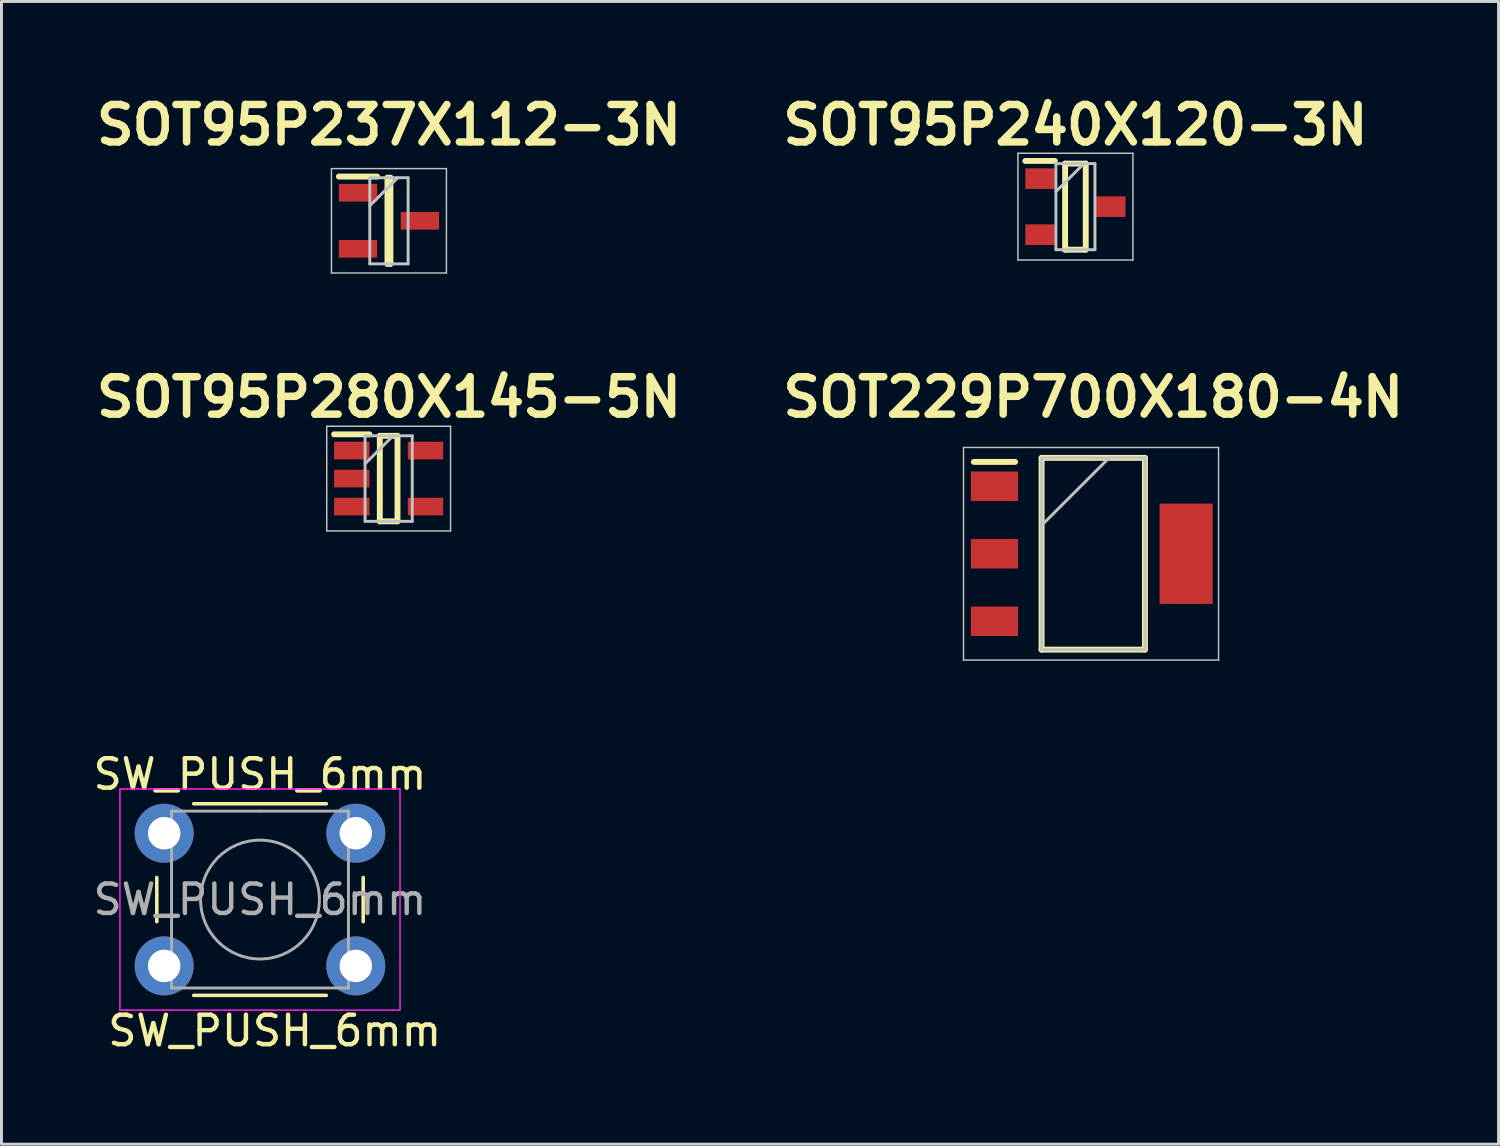
<source format=kicad_pcb>
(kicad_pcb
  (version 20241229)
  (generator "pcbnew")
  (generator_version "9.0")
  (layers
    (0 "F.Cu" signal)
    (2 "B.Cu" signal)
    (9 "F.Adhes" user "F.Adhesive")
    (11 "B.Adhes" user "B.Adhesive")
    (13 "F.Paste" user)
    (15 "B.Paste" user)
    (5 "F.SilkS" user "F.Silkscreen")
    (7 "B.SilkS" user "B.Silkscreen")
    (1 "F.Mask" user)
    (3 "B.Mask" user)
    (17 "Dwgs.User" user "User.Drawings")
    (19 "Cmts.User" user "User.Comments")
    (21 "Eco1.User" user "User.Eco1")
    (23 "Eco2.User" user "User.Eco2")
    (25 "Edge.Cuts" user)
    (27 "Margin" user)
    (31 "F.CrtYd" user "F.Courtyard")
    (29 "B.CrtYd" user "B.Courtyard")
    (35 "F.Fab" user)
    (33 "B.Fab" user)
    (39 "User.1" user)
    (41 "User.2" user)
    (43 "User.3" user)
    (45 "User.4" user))
  (footprint "SOT95P240X120-3N"
    (layer "F.Cu")
    (at 33.426 3.959)
    (property "Reference" "SOT95P240X120-3N" (at 0 -2.77 0) (layer "F.SilkS") (effects (font (size 1.27 1.27) (thickness 0.254))))
    (attr smd)
    (fp_line (start -1.7 -1.55) (end -0.7 -1.55) (stroke (width 0.2) (type solid)) (layer "F.SilkS"))
    (fp_line (start -0.35 -1.46) (end 0.35 -1.46) (stroke (width 0.2) (type solid)) (layer "F.SilkS"))
    (fp_line (start -0.35 1.46) (end -0.35 -1.46) (stroke (width 0.2) (type solid)) (layer "F.SilkS"))
    (fp_line (start 0.35 -1.46) (end 0.35 1.46) (stroke (width 0.2) (type solid)) (layer "F.SilkS"))
    (fp_line (start 0.35 1.46) (end -0.35 1.46) (stroke (width 0.2) (type solid)) (layer "F.SilkS"))
    (fp_line (start -1.95 -1.81) (end 1.95 -1.81) (stroke (width 0.05) (type solid)) (layer "Dwgs.User"))
    (fp_line (start -1.95 1.81) (end -1.95 -1.81) (stroke (width 0.05) (type solid)) (layer "Dwgs.User"))
    (fp_line (start -0.662 -1.46) (end 0.662 -1.46) (stroke (width 0.1) (type solid)) (layer "Dwgs.User"))
    (fp_line (start -0.662 -0.51) (end 0.288 -1.46) (stroke (width 0.1) (type solid)) (layer "Dwgs.User"))
    (fp_line (start -0.662 1.46) (end -0.662 -1.46) (stroke (width 0.1) (type solid)) (layer "Dwgs.User"))
    (fp_line (start 0.662 -1.46) (end 0.662 1.46) (stroke (width 0.1) (type solid)) (layer "Dwgs.User"))
    (fp_line (start 0.662 1.46) (end -0.662 1.46) (stroke (width 0.1) (type solid)) (layer "Dwgs.User"))
    (fp_line (start 1.95 -1.81) (end 1.95 1.81) (stroke (width 0.05) (type solid)) (layer "Dwgs.User"))
    (fp_line (start 1.95 1.81) (end -1.95 1.81) (stroke (width 0.05) (type solid)) (layer "Dwgs.User"))
    (pad "1" smd rect (at -1.2 -0.95 90) (size 0.7 1) (layers "F.Cu" "F.Mask" "F.Paste"))
    (pad "2" smd rect (at -1.2 0.95 90) (size 0.7 1) (layers "F.Cu" "F.Mask" "F.Paste"))
    (pad "3" smd rect (at 1.2 0 90) (size 0.7 1) (layers "F.Cu" "F.Mask" "F.Paste")))
  (footprint "SOT95P280X145-5N"
    (layer "F.Cu")
    (at 10.132 13.182)
    (property "Reference" "SOT95P280X145-5N" (at 0.01 -2.76 0) (layer "F.SilkS") (effects (font (size 1.27 1.27) (thickness 0.254))))
    (attr smd)
    (fp_line (start -1.85 -1.5) (end -0.65 -1.5) (stroke (width 0.2) (type solid)) (layer "F.SilkS"))
    (fp_line (start -0.3 -1.45) (end 0.3 -1.45) (stroke (width 0.2) (type solid)) (layer "F.SilkS"))
    (fp_line (start -0.3 1.45) (end -0.3 -1.45) (stroke (width 0.2) (type solid)) (layer "F.SilkS"))
    (fp_line (start 0.3 -1.45) (end 0.3 1.45) (stroke (width 0.2) (type solid)) (layer "F.SilkS"))
    (fp_line (start 0.3 1.45) (end -0.3 1.45) (stroke (width 0.2) (type solid)) (layer "F.SilkS"))
    (fp_line (start -2.1 -1.775) (end 2.1 -1.775) (stroke (width 0.05) (type solid)) (layer "Dwgs.User"))
    (fp_line (start -2.1 1.775) (end -2.1 -1.775) (stroke (width 0.05) (type solid)) (layer "Dwgs.User"))
    (fp_line (start -0.8 -1.45) (end 0.8 -1.45) (stroke (width 0.1) (type solid)) (layer "Dwgs.User"))
    (fp_line (start -0.8 -0.5) (end 0.15 -1.45) (stroke (width 0.1) (type solid)) (layer "Dwgs.User"))
    (fp_line (start -0.8 1.45) (end -0.8 -1.45) (stroke (width 0.1) (type solid)) (layer "Dwgs.User"))
    (fp_line (start 0.8 -1.45) (end 0.8 1.45) (stroke (width 0.1) (type solid)) (layer "Dwgs.User"))
    (fp_line (start 0.8 1.45) (end -0.8 1.45) (stroke (width 0.1) (type solid)) (layer "Dwgs.User"))
    (fp_line (start 2.1 -1.775) (end 2.1 1.775) (stroke (width 0.05) (type solid)) (layer "Dwgs.User"))
    (fp_line (start 2.1 1.775) (end -2.1 1.775) (stroke (width 0.05) (type solid)) (layer "Dwgs.User"))
    (pad "1" smd rect (at -1.25 -0.95 90) (size 0.6 1.2) (layers "F.Cu" "F.Mask" "F.Paste"))
    (pad "2" smd rect (at -1.25 0 90) (size 0.6 1.2) (layers "F.Cu" "F.Mask" "F.Paste"))
    (pad "3" smd rect (at -1.25 0.95 90) (size 0.6 1.2) (layers "F.Cu" "F.Mask" "F.Paste"))
    (pad "4" smd rect (at 1.25 0.95 90) (size 0.6 1.2) (layers "F.Cu" "F.Mask" "F.Paste"))
    (pad "5" smd rect (at 1.25 -0.95 90) (size 0.6 1.2) (layers "F.Cu" "F.Mask" "F.Paste")))
  (footprint "SOT229P700X180-4N"
    (layer "F.Cu")
    (at 34.03 15.732)
    (property "Reference" "SOT229P700X180-4N" (at 0 -5.31 0) (layer "F.SilkS") (effects (font (size 1.27 1.27) (thickness 0.254))))
    (attr smd)
    (fp_line (start -4.05 -3.115) (end -2.65 -3.115) (stroke (width 0.2) (type solid)) (layer "F.SilkS"))
    (fp_line (start -1.752 -3.252) (end 1.752 -3.252) (stroke (width 0.2) (type solid)) (layer "F.SilkS"))
    (fp_line (start -1.752 3.252) (end -1.752 -3.252) (stroke (width 0.2) (type solid)) (layer "F.SilkS"))
    (fp_line (start 1.752 -3.252) (end 1.752 3.252) (stroke (width 0.2) (type solid)) (layer "F.SilkS"))
    (fp_line (start 1.752 3.252) (end -1.752 3.252) (stroke (width 0.2) (type solid)) (layer "F.SilkS"))
    (fp_line (start -4.4 -3.605) (end 4.25 -3.605) (stroke (width 0.05) (type solid)) (layer "Dwgs.User"))
    (fp_line (start -4.4 3.605) (end -4.4 -3.605) (stroke (width 0.05) (type solid)) (layer "Dwgs.User"))
    (fp_line (start -1.752 -3.252) (end 1.752 -3.252) (stroke (width 0.1) (type solid)) (layer "Dwgs.User"))
    (fp_line (start -1.752 -0.962) (end 0.538 -3.252) (stroke (width 0.1) (type solid)) (layer "Dwgs.User"))
    (fp_line (start -1.752 3.252) (end -1.752 -3.252) (stroke (width 0.1) (type solid)) (layer "Dwgs.User"))
    (fp_line (start 1.752 -3.252) (end 1.752 3.252) (stroke (width 0.1) (type solid)) (layer "Dwgs.User"))
    (fp_line (start 1.752 3.252) (end -1.752 3.252) (stroke (width 0.1) (type solid)) (layer "Dwgs.User"))
    (fp_line (start 4.25 -3.605) (end 4.25 3.605) (stroke (width 0.05) (type solid)) (layer "Dwgs.User"))
    (fp_line (start 4.25 3.605) (end -4.4 3.605) (stroke (width 0.05) (type solid)) (layer "Dwgs.User"))
    (pad "1" smd rect (at -3.35 -2.29 90) (size 1 1.6) (layers "F.Cu" "F.Mask" "F.Paste"))
    (pad "2" smd rect (at -3.35 0 90) (size 1 1.6) (layers "F.Cu" "F.Mask" "F.Paste"))
    (pad "3" smd rect (at -3.35 2.29 90) (size 1 1.6) (layers "F.Cu" "F.Mask" "F.Paste"))
    (pad "4" smd rect (at 3.15 0) (size 1.8 3.4) (layers "F.Cu" "F.Mask" "F.Paste")))
  (footprint "SW_PUSH_6mm"
    (layer "F.Cu")
    (at 2.518 25.211)
    (property "Reference" "SW_PUSH_6mm" (at 3.25 -2 0) (layer "F.SilkS") (effects (font (size 1 1) (thickness 0.15))))
    (property "Value" "SW_PUSH_6mm" (at 3.75 6.7 0) (layer "F.Fab") (hide yes) (effects (font (size 1 1) (thickness 0.15))))
    (attr through_hole)
    (fp_line (start -0.25 1.5) (end -0.25 3) (stroke (width 0.12) (type solid)) (layer "F.SilkS"))
    (fp_line (start 1 5.5) (end 5.5 5.5) (stroke (width 0.12) (type solid)) (layer "F.SilkS"))
    (fp_line (start 5.5 -1) (end 1 -1) (stroke (width 0.12) (type solid)) (layer "F.SilkS"))
    (fp_line (start 6.75 3) (end 6.75 1.5) (stroke (width 0.12) (type solid)) (layer "F.SilkS"))
    (fp_line (start -1.5 -1.5) (end -1.25 -1.5) (stroke (width 0.05) (type solid)) (layer "F.CrtYd"))
    (fp_line (start -1.5 -1.25) (end -1.5 -1.5) (stroke (width 0.05) (type solid)) (layer "F.CrtYd"))
    (fp_line (start -1.5 5.75) (end -1.5 -1.25) (stroke (width 0.05) (type solid)) (layer "F.CrtYd"))
    (fp_line (start -1.5 5.75) (end -1.5 6) (stroke (width 0.05) (type solid)) (layer "F.CrtYd"))
    (fp_line (start -1.5 6) (end -1.25 6) (stroke (width 0.05) (type solid)) (layer "F.CrtYd"))
    (fp_line (start -1.25 -1.5) (end 7.75 -1.5) (stroke (width 0.05) (type solid)) (layer "F.CrtYd"))
    (fp_line (start 7.75 -1.5) (end 8 -1.5) (stroke (width 0.05) (type solid)) (layer "F.CrtYd"))
    (fp_line (start 7.75 6) (end -1.25 6) (stroke (width 0.05) (type solid)) (layer "F.CrtYd"))
    (fp_line (start 7.75 6) (end 8 6) (stroke (width 0.05) (type solid)) (layer "F.CrtYd"))
    (fp_line (start 8 -1.5) (end 8 -1.25) (stroke (width 0.05) (type solid)) (layer "F.CrtYd"))
    (fp_line (start 8 -1.25) (end 8 5.75) (stroke (width 0.05) (type solid)) (layer "F.CrtYd"))
    (fp_line (start 8 6) (end 8 5.75) (stroke (width 0.05) (type solid)) (layer "F.CrtYd"))
    (fp_line (start 0.25 -0.75) (end 3.25 -0.75) (stroke (width 0.1) (type solid)) (layer "F.Fab"))
    (fp_line (start 0.25 5.25) (end 0.25 -0.75) (stroke (width 0.1) (type solid)) (layer "F.Fab"))
    (fp_line (start 3.25 -0.75) (end 6.25 -0.75) (stroke (width 0.1) (type solid)) (layer "F.Fab"))
    (fp_line (start 6.25 -0.75) (end 6.25 5.25) (stroke (width 0.1) (type solid)) (layer "F.Fab"))
    (fp_line (start 6.25 5.25) (end 0.25 5.25) (stroke (width 0.1) (type solid)) (layer "F.Fab"))
    (fp_circle (center 3.25 2.25) (end 1.25 2.5) (stroke (width 0.1) (type solid)) (fill no) (layer "F.Fab"))
    (fp_text user "${VALUE}" (at 3.75 6.7 0) (layer "F.SilkS") (effects (font (size 1 1) (thickness 0.15))))
    (fp_text user "${REFERENCE}" (at 3.25 2.25 0) (layer "F.Fab") (effects (font (size 1 1) (thickness 0.15))))
    (pad "1" thru_hole circle (at 0 0 90) (size 2 2) (drill 1.1) (layers "*.Cu" "*.Mask"))
    (pad "1" thru_hole circle (at 6.5 0 90) (size 2 2) (drill 1.1) (layers "*.Cu" "*.Mask"))
    (pad "2" thru_hole circle (at 0 4.5 90) (size 2 2) (drill 1.1) (layers "*.Cu" "*.Mask"))
    (pad "2" thru_hole circle (at 6.5 4.5 90) (size 2 2) (drill 1.1) (layers "*.Cu" "*.Mask")))
  (footprint "SOT95P237X112-3N"
    (layer "F.Cu")
    (at 10.142 4.439)
    (property "Reference" "SOT95P237X112-3N" (at 0 -3.25 0) (layer "F.SilkS") (effects (font (size 1.27 1.27) (thickness 0.254))))
    (attr smd)
    (fp_line (start -1.7 -1.5) (end -0.4 -1.5) (stroke (width 0.2) (type solid)) (layer "F.SilkS"))
    (fp_line (start -0.05 -1.46) (end 0.05 -1.46) (stroke (width 0.2) (type solid)) (layer "F.SilkS"))
    (fp_line (start -0.05 1.46) (end -0.05 -1.46) (stroke (width 0.2) (type solid)) (layer "F.SilkS"))
    (fp_line (start 0.05 -1.46) (end 0.05 1.46) (stroke (width 0.2) (type solid)) (layer "F.SilkS"))
    (fp_line (start 0.05 1.46) (end -0.05 1.46) (stroke (width 0.2) (type solid)) (layer "F.SilkS"))
    (fp_line (start -1.95 -1.77) (end 1.95 -1.77) (stroke (width 0.05) (type solid)) (layer "Dwgs.User"))
    (fp_line (start -1.95 1.77) (end -1.95 -1.77) (stroke (width 0.05) (type solid)) (layer "Dwgs.User"))
    (fp_line (start -0.65 -1.46) (end 0.65 -1.46) (stroke (width 0.1) (type solid)) (layer "Dwgs.User"))
    (fp_line (start -0.65 -0.51) (end 0.3 -1.46) (stroke (width 0.1) (type solid)) (layer "Dwgs.User"))
    (fp_line (start -0.65 1.46) (end -0.65 -1.46) (stroke (width 0.1) (type solid)) (layer "Dwgs.User"))
    (fp_line (start 0.65 -1.46) (end 0.65 1.46) (stroke (width 0.1) (type solid)) (layer "Dwgs.User"))
    (fp_line (start 0.65 1.46) (end -0.65 1.46) (stroke (width 0.1) (type solid)) (layer "Dwgs.User"))
    (fp_line (start 1.95 -1.77) (end 1.95 1.77) (stroke (width 0.05) (type solid)) (layer "Dwgs.User"))
    (fp_line (start 1.95 1.77) (end -1.95 1.77) (stroke (width 0.05) (type solid)) (layer "Dwgs.User"))
    (pad "1" smd rect (at -1.05 -0.95 90) (size 0.6 1.3) (layers "F.Cu" "F.Mask" "F.Paste"))
    (pad "2" smd rect (at -1.05 0.95 90) (size 0.6 1.3) (layers "F.Cu" "F.Mask" "F.Paste"))
    (pad "3" smd rect (at 1.05 0 90) (size 0.6 1.3) (layers "F.Cu" "F.Mask" "F.Paste")))
  (gr_rect
    (start -3 -3)
    (end 47.777 35.759)
    (stroke (width 0.1) (type default))
    (fill no)
    (layer "Edge.Cuts")))
</source>
